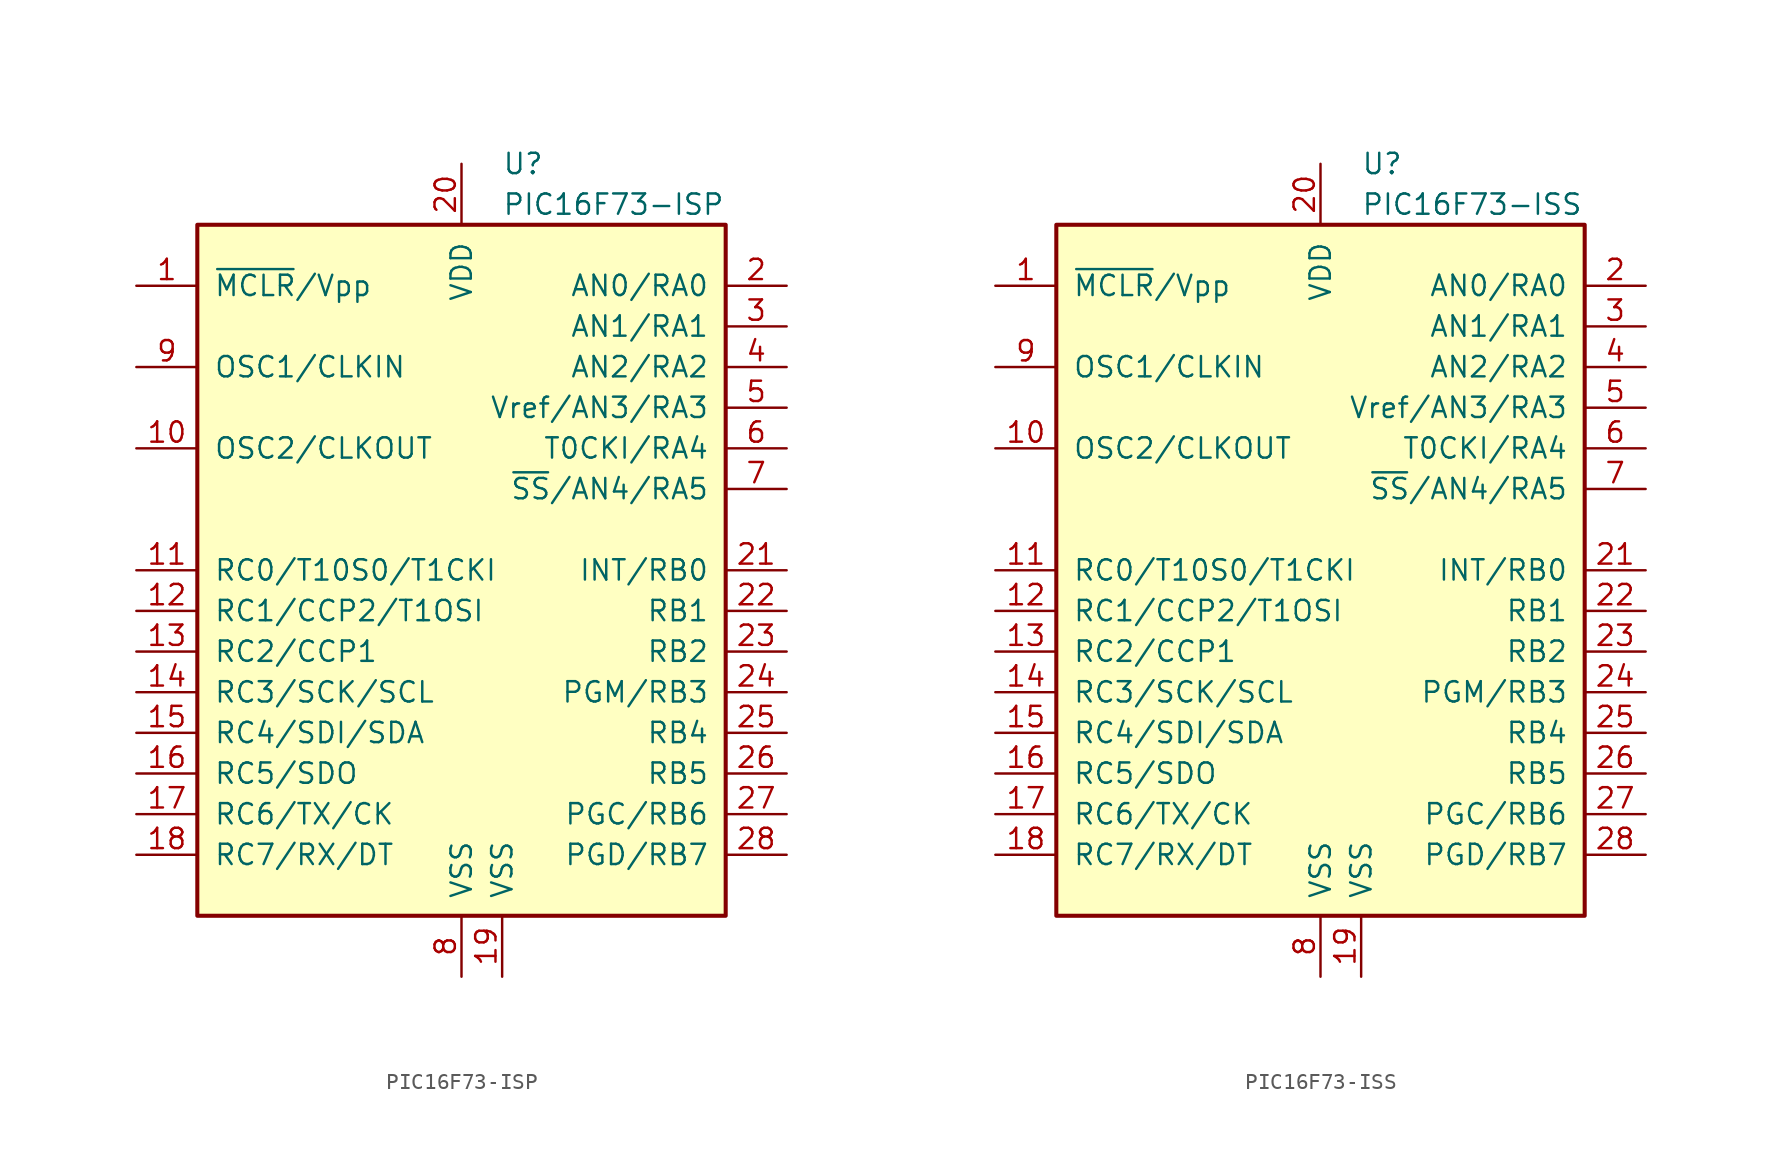
<source format=kicad_sym>
(kicad_symbol_lib
  (version 20201005)
  (generator kicad_symbol_editor)
  (symbol "PIC16F73-ISP"
    (pin_names
      (offset 1.016))
    (property "Reference" "U"
      (at 2.54 25.4 0)
      (effects (font (size 1.27 1.27)) (justify left)))
    (property "Value" "PIC16F73-ISP"
      (at 2.54 22.86 0)
      (effects (font (size 1.27 1.27)) (justify left)))
    (symbol "PIC16F73-ISP_0_1"
      (rectangle (start -16.51 -21.59) (end 16.51 21.59) (stroke (width 0.254)) (fill (type background))))
    (symbol "PIC16F73-ISP_1_1"
      (pin input line (at -20.32 17.78 0) (length 3.81) (name "~MCLR~/Vpp" (effects (font (size 1.27 1.27)))) (number "1" (effects (font (size 1.27 1.27)))))
      (pin output line (at -20.32 7.62 0) (length 3.81) (name "OSC2/CLKOUT" (effects (font (size 1.27 1.27)))) (number "10" (effects (font (size 1.27 1.27)))))
      (pin bidirectional line (at -20.32 0 0) (length 3.81) (name "RC0/T10S0/T1CKI" (effects (font (size 1.27 1.27)))) (number "11" (effects (font (size 1.27 1.27)))))
      (pin bidirectional line (at -20.32 -2.54 0) (length 3.81) (name "RC1/CCP2/T1OSI" (effects (font (size 1.27 1.27)))) (number "12" (effects (font (size 1.27 1.27)))))
      (pin bidirectional line (at -20.32 -5.08 0) (length 3.81) (name "RC2/CCP1" (effects (font (size 1.27 1.27)))) (number "13" (effects (font (size 1.27 1.27)))))
      (pin bidirectional line (at -20.32 -7.62 0) (length 3.81) (name "RC3/SCK/SCL" (effects (font (size 1.27 1.27)))) (number "14" (effects (font (size 1.27 1.27)))))
      (pin bidirectional line (at -20.32 -10.16 0) (length 3.81) (name "RC4/SDI/SDA" (effects (font (size 1.27 1.27)))) (number "15" (effects (font (size 1.27 1.27)))))
      (pin bidirectional line (at -20.32 -12.7 0) (length 3.81) (name "RC5/SDO" (effects (font (size 1.27 1.27)))) (number "16" (effects (font (size 1.27 1.27)))))
      (pin bidirectional line (at -20.32 -15.24 0) (length 3.81) (name "RC6/TX/CK" (effects (font (size 1.27 1.27)))) (number "17" (effects (font (size 1.27 1.27)))))
      (pin bidirectional line (at -20.32 -17.78 0) (length 3.81) (name "RC7/RX/DT" (effects (font (size 1.27 1.27)))) (number "18" (effects (font (size 1.27 1.27)))))
      (pin power_in line (at 2.54 -25.4 90) (length 3.81) (name "VSS" (effects (font (size 1.27 1.27)))) (number "19" (effects (font (size 1.27 1.27)))))
      (pin bidirectional line (at 20.32 17.78 180) (length 3.81) (name "AN0/RA0" (effects (font (size 1.27 1.27)))) (number "2" (effects (font (size 1.27 1.27)))))
      (pin power_in line (at 0 25.4 270) (length 3.81) (name "VDD" (effects (font (size 1.27 1.27)))) (number "20" (effects (font (size 1.27 1.27)))))
      (pin bidirectional line (at 20.32 0 180) (length 3.81) (name "INT/RB0" (effects (font (size 1.27 1.27)))) (number "21" (effects (font (size 1.27 1.27)))))
      (pin bidirectional line (at 20.32 -2.54 180) (length 3.81) (name "RB1" (effects (font (size 1.27 1.27)))) (number "22" (effects (font (size 1.27 1.27)))))
      (pin bidirectional line (at 20.32 -5.08 180) (length 3.81) (name "RB2" (effects (font (size 1.27 1.27)))) (number "23" (effects (font (size 1.27 1.27)))))
      (pin bidirectional line (at 20.32 -7.62 180) (length 3.81) (name "PGM/RB3" (effects (font (size 1.27 1.27)))) (number "24" (effects (font (size 1.27 1.27)))))
      (pin bidirectional line (at 20.32 -10.16 180) (length 3.81) (name "RB4" (effects (font (size 1.27 1.27)))) (number "25" (effects (font (size 1.27 1.27)))))
      (pin bidirectional line (at 20.32 -12.7 180) (length 3.81) (name "RB5" (effects (font (size 1.27 1.27)))) (number "26" (effects (font (size 1.27 1.27)))))
      (pin bidirectional line (at 20.32 -15.24 180) (length 3.81) (name "PGC/RB6" (effects (font (size 1.27 1.27)))) (number "27" (effects (font (size 1.27 1.27)))))
      (pin bidirectional line (at 20.32 -17.78 180) (length 3.81) (name "PGD/RB7" (effects (font (size 1.27 1.27)))) (number "28" (effects (font (size 1.27 1.27)))))
      (pin bidirectional line (at 20.32 15.24 180) (length 3.81) (name "AN1/RA1" (effects (font (size 1.27 1.27)))) (number "3" (effects (font (size 1.27 1.27)))))
      (pin bidirectional line (at 20.32 12.7 180) (length 3.81) (name "AN2/RA2" (effects (font (size 1.27 1.27)))) (number "4" (effects (font (size 1.27 1.27)))))
      (pin bidirectional line (at 20.32 10.16 180) (length 3.81) (name "Vref/AN3/RA3" (effects (font (size 1.27 1.27)))) (number "5" (effects (font (size 1.27 1.27)))))
      (pin bidirectional line (at 20.32 7.62 180) (length 3.81) (name "T0CKI/RA4" (effects (font (size 1.27 1.27)))) (number "6" (effects (font (size 1.27 1.27)))))
      (pin bidirectional line (at 20.32 5.08 180) (length 3.81) (name "~SS~/AN4/RA5" (effects (font (size 1.27 1.27)))) (number "7" (effects (font (size 1.27 1.27)))))
      (pin power_in line (at 0 -25.4 90) (length 3.81) (name "VSS" (effects (font (size 1.27 1.27)))) (number "8" (effects (font (size 1.27 1.27)))))
      (pin input line (at -20.32 12.7 0) (length 3.81) (name "OSC1/CLKIN" (effects (font (size 1.27 1.27)))) (number "9" (effects (font (size 1.27 1.27)))))))
  (symbol "PIC16F73-ISS"
    (pin_names
      (offset 1.016))
    (property "Reference" "U"
      (at 2.54 25.4 0)
      (effects (font (size 1.27 1.27)) (justify left)))
    (property "Value" "PIC16F73-ISS"
      (at 2.54 22.86 0)
      (effects (font (size 1.27 1.27)) (justify left)))
    (symbol "PIC16F73-ISS_0_1"
      (rectangle (start -16.51 -21.59) (end 16.51 21.59) (stroke (width 0.254)) (fill (type background))))
    (symbol "PIC16F73-ISS_1_1"
      (pin input line (at -20.32 17.78 0) (length 3.81) (name "~MCLR~/Vpp" (effects (font (size 1.27 1.27)))) (number "1" (effects (font (size 1.27 1.27)))))
      (pin output line (at -20.32 7.62 0) (length 3.81) (name "OSC2/CLKOUT" (effects (font (size 1.27 1.27)))) (number "10" (effects (font (size 1.27 1.27)))))
      (pin bidirectional line (at -20.32 0 0) (length 3.81) (name "RC0/T10S0/T1CKI" (effects (font (size 1.27 1.27)))) (number "11" (effects (font (size 1.27 1.27)))))
      (pin bidirectional line (at -20.32 -2.54 0) (length 3.81) (name "RC1/CCP2/T1OSI" (effects (font (size 1.27 1.27)))) (number "12" (effects (font (size 1.27 1.27)))))
      (pin bidirectional line (at -20.32 -5.08 0) (length 3.81) (name "RC2/CCP1" (effects (font (size 1.27 1.27)))) (number "13" (effects (font (size 1.27 1.27)))))
      (pin bidirectional line (at -20.32 -7.62 0) (length 3.81) (name "RC3/SCK/SCL" (effects (font (size 1.27 1.27)))) (number "14" (effects (font (size 1.27 1.27)))))
      (pin bidirectional line (at -20.32 -10.16 0) (length 3.81) (name "RC4/SDI/SDA" (effects (font (size 1.27 1.27)))) (number "15" (effects (font (size 1.27 1.27)))))
      (pin bidirectional line (at -20.32 -12.7 0) (length 3.81) (name "RC5/SDO" (effects (font (size 1.27 1.27)))) (number "16" (effects (font (size 1.27 1.27)))))
      (pin bidirectional line (at -20.32 -15.24 0) (length 3.81) (name "RC6/TX/CK" (effects (font (size 1.27 1.27)))) (number "17" (effects (font (size 1.27 1.27)))))
      (pin bidirectional line (at -20.32 -17.78 0) (length 3.81) (name "RC7/RX/DT" (effects (font (size 1.27 1.27)))) (number "18" (effects (font (size 1.27 1.27)))))
      (pin power_in line (at 2.54 -25.4 90) (length 3.81) (name "VSS" (effects (font (size 1.27 1.27)))) (number "19" (effects (font (size 1.27 1.27)))))
      (pin bidirectional line (at 20.32 17.78 180) (length 3.81) (name "AN0/RA0" (effects (font (size 1.27 1.27)))) (number "2" (effects (font (size 1.27 1.27)))))
      (pin power_in line (at 0 25.4 270) (length 3.81) (name "VDD" (effects (font (size 1.27 1.27)))) (number "20" (effects (font (size 1.27 1.27)))))
      (pin bidirectional line (at 20.32 0 180) (length 3.81) (name "INT/RB0" (effects (font (size 1.27 1.27)))) (number "21" (effects (font (size 1.27 1.27)))))
      (pin bidirectional line (at 20.32 -2.54 180) (length 3.81) (name "RB1" (effects (font (size 1.27 1.27)))) (number "22" (effects (font (size 1.27 1.27)))))
      (pin bidirectional line (at 20.32 -5.08 180) (length 3.81) (name "RB2" (effects (font (size 1.27 1.27)))) (number "23" (effects (font (size 1.27 1.27)))))
      (pin bidirectional line (at 20.32 -7.62 180) (length 3.81) (name "PGM/RB3" (effects (font (size 1.27 1.27)))) (number "24" (effects (font (size 1.27 1.27)))))
      (pin bidirectional line (at 20.32 -10.16 180) (length 3.81) (name "RB4" (effects (font (size 1.27 1.27)))) (number "25" (effects (font (size 1.27 1.27)))))
      (pin bidirectional line (at 20.32 -12.7 180) (length 3.81) (name "RB5" (effects (font (size 1.27 1.27)))) (number "26" (effects (font (size 1.27 1.27)))))
      (pin bidirectional line (at 20.32 -15.24 180) (length 3.81) (name "PGC/RB6" (effects (font (size 1.27 1.27)))) (number "27" (effects (font (size 1.27 1.27)))))
      (pin bidirectional line (at 20.32 -17.78 180) (length 3.81) (name "PGD/RB7" (effects (font (size 1.27 1.27)))) (number "28" (effects (font (size 1.27 1.27)))))
      (pin bidirectional line (at 20.32 15.24 180) (length 3.81) (name "AN1/RA1" (effects (font (size 1.27 1.27)))) (number "3" (effects (font (size 1.27 1.27)))))
      (pin bidirectional line (at 20.32 12.7 180) (length 3.81) (name "AN2/RA2" (effects (font (size 1.27 1.27)))) (number "4" (effects (font (size 1.27 1.27)))))
      (pin bidirectional line (at 20.32 10.16 180) (length 3.81) (name "Vref/AN3/RA3" (effects (font (size 1.27 1.27)))) (number "5" (effects (font (size 1.27 1.27)))))
      (pin bidirectional line (at 20.32 7.62 180) (length 3.81) (name "T0CKI/RA4" (effects (font (size 1.27 1.27)))) (number "6" (effects (font (size 1.27 1.27)))))
      (pin bidirectional line (at 20.32 5.08 180) (length 3.81) (name "~SS~/AN4/RA5" (effects (font (size 1.27 1.27)))) (number "7" (effects (font (size 1.27 1.27)))))
      (pin power_in line (at 0 -25.4 90) (length 3.81) (name "VSS" (effects (font (size 1.27 1.27)))) (number "8" (effects (font (size 1.27 1.27)))))
      (pin input line (at -20.32 12.7 0) (length 3.81) (name "OSC1/CLKIN" (effects (font (size 1.27 1.27)))) (number "9" (effects (font (size 1.27 1.27))))))))
</source>
